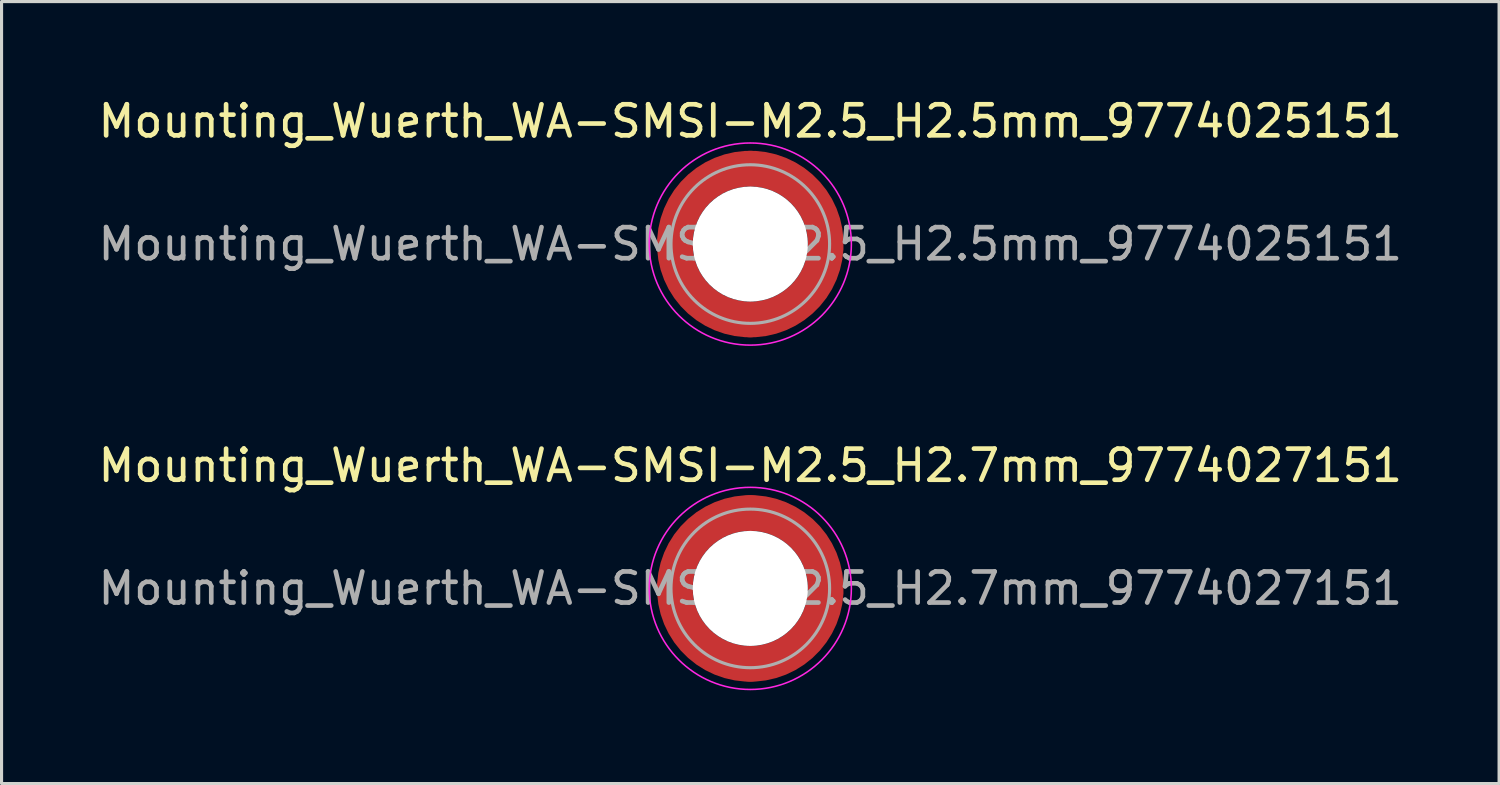
<source format=kicad_pcb>
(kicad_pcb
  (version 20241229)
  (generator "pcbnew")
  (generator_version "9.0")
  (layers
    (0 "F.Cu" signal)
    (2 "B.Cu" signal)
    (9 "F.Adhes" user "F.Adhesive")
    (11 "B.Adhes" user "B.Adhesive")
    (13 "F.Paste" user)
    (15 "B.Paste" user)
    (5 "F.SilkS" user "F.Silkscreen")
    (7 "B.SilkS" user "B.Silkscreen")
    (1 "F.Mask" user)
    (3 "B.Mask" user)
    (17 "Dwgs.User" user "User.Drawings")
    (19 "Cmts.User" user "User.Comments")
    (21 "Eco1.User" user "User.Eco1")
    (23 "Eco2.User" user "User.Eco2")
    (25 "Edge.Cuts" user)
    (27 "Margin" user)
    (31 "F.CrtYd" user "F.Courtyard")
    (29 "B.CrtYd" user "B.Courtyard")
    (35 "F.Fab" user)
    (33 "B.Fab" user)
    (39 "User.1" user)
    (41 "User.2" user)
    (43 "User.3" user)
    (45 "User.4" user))
  (footprint "Mounting_Wuerth_WA-SMSI-M2.5_H2.7mm_9774027151"
    (layer "F.Cu")
    (at 21.077 15.871)
    (property "Reference" "Mounting_Wuerth_WA-SMSI-M2.5_H2.7mm_9774027151" (at 0 -3.95 0) (layer "F.SilkS") (effects (font (size 1 1) (thickness 0.15))))
    (attr smd)
    (fp_circle (center 0 0) (end 3.25 0) (stroke (width 0.05) (type solid)) (fill no) (layer "F.CrtYd"))
    (fp_circle (center 0 0) (end 2.55 0) (stroke (width 0.1) (type solid)) (fill no) (layer "F.Fab"))
    (fp_text user "${REFERENCE}" (at 0 0 0) (layer "F.Fab") (effects (font (size 1 1) (thickness 0.15))))
    (pad "" smd custom (at -1.704 -1.704) (size 0.51 0.51) (layers "F.Paste") (options (anchor circle)) (primitives (gr_arc (start -0.250195 1.279127) (mid 0.289914 0.289914) (end 1.279127 -0.250195) (width 0.2)) (gr_arc (start -0.34334 1.279127) (mid 0.225488 0.225488) (end 1.279127 -0.34334) (width 0.2)) (gr_arc (start -0.436309 1.279127) (mid 0.161063 0.161063) (end 1.279127 -0.436309) (width 0.2)) (gr_arc (start -0.529126 1.279127) (mid 0.096638 0.096638) (end 1.279127 -0.529126) (width 0.2)) (gr_arc (start -0.621807 1.279127) (mid 0.032213 0.032213) (end 1.279127 -0.621807) (width 0.2)) (gr_arc (start -0.71437 1.279127) (mid -0.032213 -0.032213) (end 1.279127 -0.71437) (width 0.2)) (gr_arc (start -0.806826 1.279127) (mid -0.096638 -0.096638) (end 1.279127 -0.806826) (width 0.2)) (gr_arc (start -0.899187 1.279127) (mid -0.161063 -0.161063) (end 1.279127 -0.899187) (width 0.2)) (gr_arc (start -0.991463 1.279127) (mid -0.225488 -0.225488) (end 1.279127 -0.991463) (width 0.2)) (gr_arc (start -1.083663 1.279127) (mid -0.289914 -0.289914) (end 1.279127 -1.083663) (width 0.2)) (gr_line (start 1.279 -0.25) (end 1.279 -1.084) (width 0.2)) (gr_line (start -0.25 1.279) (end -1.084 1.279) (width 0.2))))
    (pad "" smd custom (at -1.704 1.704) (size 0.51 0.51) (layers "F.Paste") (options (anchor circle)) (primitives (gr_arc (start 1.279127 0.250195) (mid 0.289914 -0.289914) (end -0.250195 -1.279127) (width 0.2)) (gr_arc (start 1.279127 0.34334) (mid 0.225488 -0.225488) (end -0.34334 -1.279127) (width 0.2)) (gr_arc (start 1.279127 0.436309) (mid 0.161063 -0.161063) (end -0.436309 -1.279127) (width 0.2)) (gr_arc (start 1.279127 0.529126) (mid 0.096638 -0.096638) (end -0.529126 -1.279127) (width 0.2)) (gr_arc (start 1.279127 0.621807) (mid 0.032213 -0.032213) (end -0.621807 -1.279127) (width 0.2)) (gr_arc (start 1.279127 0.71437) (mid -0.032213 0.032213) (end -0.71437 -1.279127) (width 0.2)) (gr_arc (start 1.279127 0.806826) (mid -0.096638 0.096638) (end -0.806826 -1.279127) (width 0.2)) (gr_arc (start 1.279127 0.899187) (mid -0.161063 0.161063) (end -0.899187 -1.279127) (width 0.2)) (gr_arc (start 1.279127 0.991463) (mid -0.225488 0.225488) (end -0.991463 -1.279127) (width 0.2)) (gr_arc (start 1.279127 1.083663) (mid -0.289914 0.289914) (end -1.083663 -1.279127) (width 0.2)) (gr_line (start -0.25 -1.279) (end -1.084 -1.279) (width 0.2)) (gr_line (start 1.279 0.25) (end 1.279 1.084) (width 0.2))))
    (pad "" np_thru_hole circle (at 0 0) (size 3.7 3.7) (drill 3.7) (layers "*.Cu" "*.Mask"))
    (pad "" smd custom (at 1.704 -1.704) (size 0.51 0.51) (layers "F.Paste") (options (anchor circle)) (primitives (gr_arc (start -1.279127 -0.250195) (mid -0.289914 0.289914) (end 0.250195 1.279127) (width 0.2)) (gr_arc (start -1.279127 -0.34334) (mid -0.225488 0.225488) (end 0.34334 1.279127) (width 0.2)) (gr_arc (start -1.279127 -0.436309) (mid -0.161063 0.161063) (end 0.436309 1.279127) (width 0.2)) (gr_arc (start -1.279127 -0.529126) (mid -0.096638 0.096638) (end 0.529126 1.279127) (width 0.2)) (gr_arc (start -1.279127 -0.621807) (mid -0.032213 0.032213) (end 0.621807 1.279127) (width 0.2)) (gr_arc (start -1.279127 -0.71437) (mid 0.032213 -0.032213) (end 0.71437 1.279127) (width 0.2)) (gr_arc (start -1.279127 -0.806826) (mid 0.096638 -0.096638) (end 0.806826 1.279127) (width 0.2)) (gr_arc (start -1.279127 -0.899187) (mid 0.161063 -0.161063) (end 0.899187 1.279127) (width 0.2)) (gr_arc (start -1.279127 -0.991463) (mid 0.225488 -0.225488) (end 0.991463 1.279127) (width 0.2)) (gr_arc (start -1.279127 -1.083663) (mid 0.289914 -0.289914) (end 1.083663 1.279127) (width 0.2)) (gr_line (start 0.25 1.279) (end 1.084 1.279) (width 0.2)) (gr_line (start -1.279 -0.25) (end -1.279 -1.084) (width 0.2))))
    (pad "" smd custom (at 1.704 1.704) (size 0.51 0.51) (layers "F.Paste") (options (anchor circle)) (primitives (gr_arc (start 0.250195 -1.279127) (mid -0.289914 -0.289914) (end -1.279127 0.250195) (width 0.2)) (gr_arc (start 0.34334 -1.279127) (mid -0.225488 -0.225488) (end -1.279127 0.34334) (width 0.2)) (gr_arc (start 0.436309 -1.279127) (mid -0.161063 -0.161063) (end -1.279127 0.436309) (width 0.2)) (gr_arc (start 0.529126 -1.279127) (mid -0.096638 -0.096638) (end -1.279127 0.529126) (width 0.2)) (gr_arc (start 0.621807 -1.279127) (mid -0.032213 -0.032213) (end -1.279127 0.621807) (width 0.2)) (gr_arc (start 0.71437 -1.279127) (mid 0.032213 0.032213) (end -1.279127 0.71437) (width 0.2)) (gr_arc (start 0.806826 -1.279127) (mid 0.096638 0.096638) (end -1.279127 0.806826) (width 0.2)) (gr_arc (start 0.899187 -1.279127) (mid 0.161063 0.161063) (end -1.279127 0.899187) (width 0.2)) (gr_arc (start 0.991463 -1.279127) (mid 0.225488 0.225488) (end -1.279127 0.991463) (width 0.2)) (gr_arc (start 1.083663 -1.279127) (mid 0.289914 0.289914) (end -1.279127 1.083663) (width 0.2)) (gr_line (start -1.279 0.25) (end -1.279 1.084) (width 0.2)) (gr_line (start 0.25 -1.279) (end 1.084 -1.279) (width 0.2))))
    (pad "1" smd circle (at -2.425 0) (size 1.15 1.15) (layers "F.Cu"))
    (pad "1" smd circle (at 0 -2.425) (size 1.15 1.15) (layers "F.Cu"))
    (pad "1" smd circle (at 0 2.425) (size 1.15 1.15) (layers "F.Cu"))
    (pad "1" smd custom (at 2.425 0) (size 1.15 1.15) (layers "F.Cu" "F.Mask") (options (anchor circle)) (primitives (gr_circle (center -2.425 0) (end 0 0) (width 1.15) (fill no)))))
  (footprint "Mounting_Wuerth_WA-SMSI-M2.5_H2.5mm_9774025151"
    (layer "F.Cu")
    (at 21.077 4.798)
    (property "Reference" "Mounting_Wuerth_WA-SMSI-M2.5_H2.5mm_9774025151" (at 0 -3.95 0) (layer "F.SilkS") (effects (font (size 1 1) (thickness 0.15))))
    (attr smd)
    (fp_circle (center 0 0) (end 3.25 0) (stroke (width 0.05) (type solid)) (fill no) (layer "F.CrtYd"))
    (fp_circle (center 0 0) (end 2.55 0) (stroke (width 0.1) (type solid)) (fill no) (layer "F.Fab"))
    (fp_text user "${REFERENCE}" (at 0 0 0) (layer "F.Fab") (effects (font (size 1 1) (thickness 0.15))))
    (pad "" smd custom (at -1.704 -1.704) (size 0.51 0.51) (layers "F.Paste") (options (anchor circle)) (primitives (gr_arc (start -0.250195 1.279127) (mid 0.289914 0.289914) (end 1.279127 -0.250195) (width 0.2)) (gr_arc (start -0.34334 1.279127) (mid 0.225488 0.225488) (end 1.279127 -0.34334) (width 0.2)) (gr_arc (start -0.436309 1.279127) (mid 0.161063 0.161063) (end 1.279127 -0.436309) (width 0.2)) (gr_arc (start -0.529126 1.279127) (mid 0.096638 0.096638) (end 1.279127 -0.529126) (width 0.2)) (gr_arc (start -0.621807 1.279127) (mid 0.032213 0.032213) (end 1.279127 -0.621807) (width 0.2)) (gr_arc (start -0.71437 1.279127) (mid -0.032213 -0.032213) (end 1.279127 -0.71437) (width 0.2)) (gr_arc (start -0.806826 1.279127) (mid -0.096638 -0.096638) (end 1.279127 -0.806826) (width 0.2)) (gr_arc (start -0.899187 1.279127) (mid -0.161063 -0.161063) (end 1.279127 -0.899187) (width 0.2)) (gr_arc (start -0.991463 1.279127) (mid -0.225488 -0.225488) (end 1.279127 -0.991463) (width 0.2)) (gr_arc (start -1.083663 1.279127) (mid -0.289914 -0.289914) (end 1.279127 -1.083663) (width 0.2)) (gr_line (start 1.279 -0.25) (end 1.279 -1.084) (width 0.2)) (gr_line (start -0.25 1.279) (end -1.084 1.279) (width 0.2))))
    (pad "" smd custom (at -1.704 1.704) (size 0.51 0.51) (layers "F.Paste") (options (anchor circle)) (primitives (gr_arc (start 1.279127 0.250195) (mid 0.289914 -0.289914) (end -0.250195 -1.279127) (width 0.2)) (gr_arc (start 1.279127 0.34334) (mid 0.225488 -0.225488) (end -0.34334 -1.279127) (width 0.2)) (gr_arc (start 1.279127 0.436309) (mid 0.161063 -0.161063) (end -0.436309 -1.279127) (width 0.2)) (gr_arc (start 1.279127 0.529126) (mid 0.096638 -0.096638) (end -0.529126 -1.279127) (width 0.2)) (gr_arc (start 1.279127 0.621807) (mid 0.032213 -0.032213) (end -0.621807 -1.279127) (width 0.2)) (gr_arc (start 1.279127 0.71437) (mid -0.032213 0.032213) (end -0.71437 -1.279127) (width 0.2)) (gr_arc (start 1.279127 0.806826) (mid -0.096638 0.096638) (end -0.806826 -1.279127) (width 0.2)) (gr_arc (start 1.279127 0.899187) (mid -0.161063 0.161063) (end -0.899187 -1.279127) (width 0.2)) (gr_arc (start 1.279127 0.991463) (mid -0.225488 0.225488) (end -0.991463 -1.279127) (width 0.2)) (gr_arc (start 1.279127 1.083663) (mid -0.289914 0.289914) (end -1.083663 -1.279127) (width 0.2)) (gr_line (start -0.25 -1.279) (end -1.084 -1.279) (width 0.2)) (gr_line (start 1.279 0.25) (end 1.279 1.084) (width 0.2))))
    (pad "" np_thru_hole circle (at 0 0) (size 3.7 3.7) (drill 3.7) (layers "*.Cu" "*.Mask"))
    (pad "" smd custom (at 1.704 -1.704) (size 0.51 0.51) (layers "F.Paste") (options (anchor circle)) (primitives (gr_arc (start -1.279127 -0.250195) (mid -0.289914 0.289914) (end 0.250195 1.279127) (width 0.2)) (gr_arc (start -1.279127 -0.34334) (mid -0.225488 0.225488) (end 0.34334 1.279127) (width 0.2)) (gr_arc (start -1.279127 -0.436309) (mid -0.161063 0.161063) (end 0.436309 1.279127) (width 0.2)) (gr_arc (start -1.279127 -0.529126) (mid -0.096638 0.096638) (end 0.529126 1.279127) (width 0.2)) (gr_arc (start -1.279127 -0.621807) (mid -0.032213 0.032213) (end 0.621807 1.279127) (width 0.2)) (gr_arc (start -1.279127 -0.71437) (mid 0.032213 -0.032213) (end 0.71437 1.279127) (width 0.2)) (gr_arc (start -1.279127 -0.806826) (mid 0.096638 -0.096638) (end 0.806826 1.279127) (width 0.2)) (gr_arc (start -1.279127 -0.899187) (mid 0.161063 -0.161063) (end 0.899187 1.279127) (width 0.2)) (gr_arc (start -1.279127 -0.991463) (mid 0.225488 -0.225488) (end 0.991463 1.279127) (width 0.2)) (gr_arc (start -1.279127 -1.083663) (mid 0.289914 -0.289914) (end 1.083663 1.279127) (width 0.2)) (gr_line (start 0.25 1.279) (end 1.084 1.279) (width 0.2)) (gr_line (start -1.279 -0.25) (end -1.279 -1.084) (width 0.2))))
    (pad "" smd custom (at 1.704 1.704) (size 0.51 0.51) (layers "F.Paste") (options (anchor circle)) (primitives (gr_arc (start 0.250195 -1.279127) (mid -0.289914 -0.289914) (end -1.279127 0.250195) (width 0.2)) (gr_arc (start 0.34334 -1.279127) (mid -0.225488 -0.225488) (end -1.279127 0.34334) (width 0.2)) (gr_arc (start 0.436309 -1.279127) (mid -0.161063 -0.161063) (end -1.279127 0.436309) (width 0.2)) (gr_arc (start 0.529126 -1.279127) (mid -0.096638 -0.096638) (end -1.279127 0.529126) (width 0.2)) (gr_arc (start 0.621807 -1.279127) (mid -0.032213 -0.032213) (end -1.279127 0.621807) (width 0.2)) (gr_arc (start 0.71437 -1.279127) (mid 0.032213 0.032213) (end -1.279127 0.71437) (width 0.2)) (gr_arc (start 0.806826 -1.279127) (mid 0.096638 0.096638) (end -1.279127 0.806826) (width 0.2)) (gr_arc (start 0.899187 -1.279127) (mid 0.161063 0.161063) (end -1.279127 0.899187) (width 0.2)) (gr_arc (start 0.991463 -1.279127) (mid 0.225488 0.225488) (end -1.279127 0.991463) (width 0.2)) (gr_arc (start 1.083663 -1.279127) (mid 0.289914 0.289914) (end -1.279127 1.083663) (width 0.2)) (gr_line (start -1.279 0.25) (end -1.279 1.084) (width 0.2)) (gr_line (start 0.25 -1.279) (end 1.084 -1.279) (width 0.2))))
    (pad "1" smd circle (at -2.425 0) (size 1.15 1.15) (layers "F.Cu"))
    (pad "1" smd circle (at 0 -2.425) (size 1.15 1.15) (layers "F.Cu"))
    (pad "1" smd circle (at 0 2.425) (size 1.15 1.15) (layers "F.Cu"))
    (pad "1" smd custom (at 2.425 0) (size 1.15 1.15) (layers "F.Cu" "F.Mask") (options (anchor circle)) (primitives (gr_circle (center -2.425 0) (end 0 0) (width 1.15) (fill no)))))
  (gr_rect
    (start -3 -3)
    (end 45.155 22.146)
    (stroke (width 0.1) (type default))
    (fill no)
    (layer "Edge.Cuts")))
</source>
